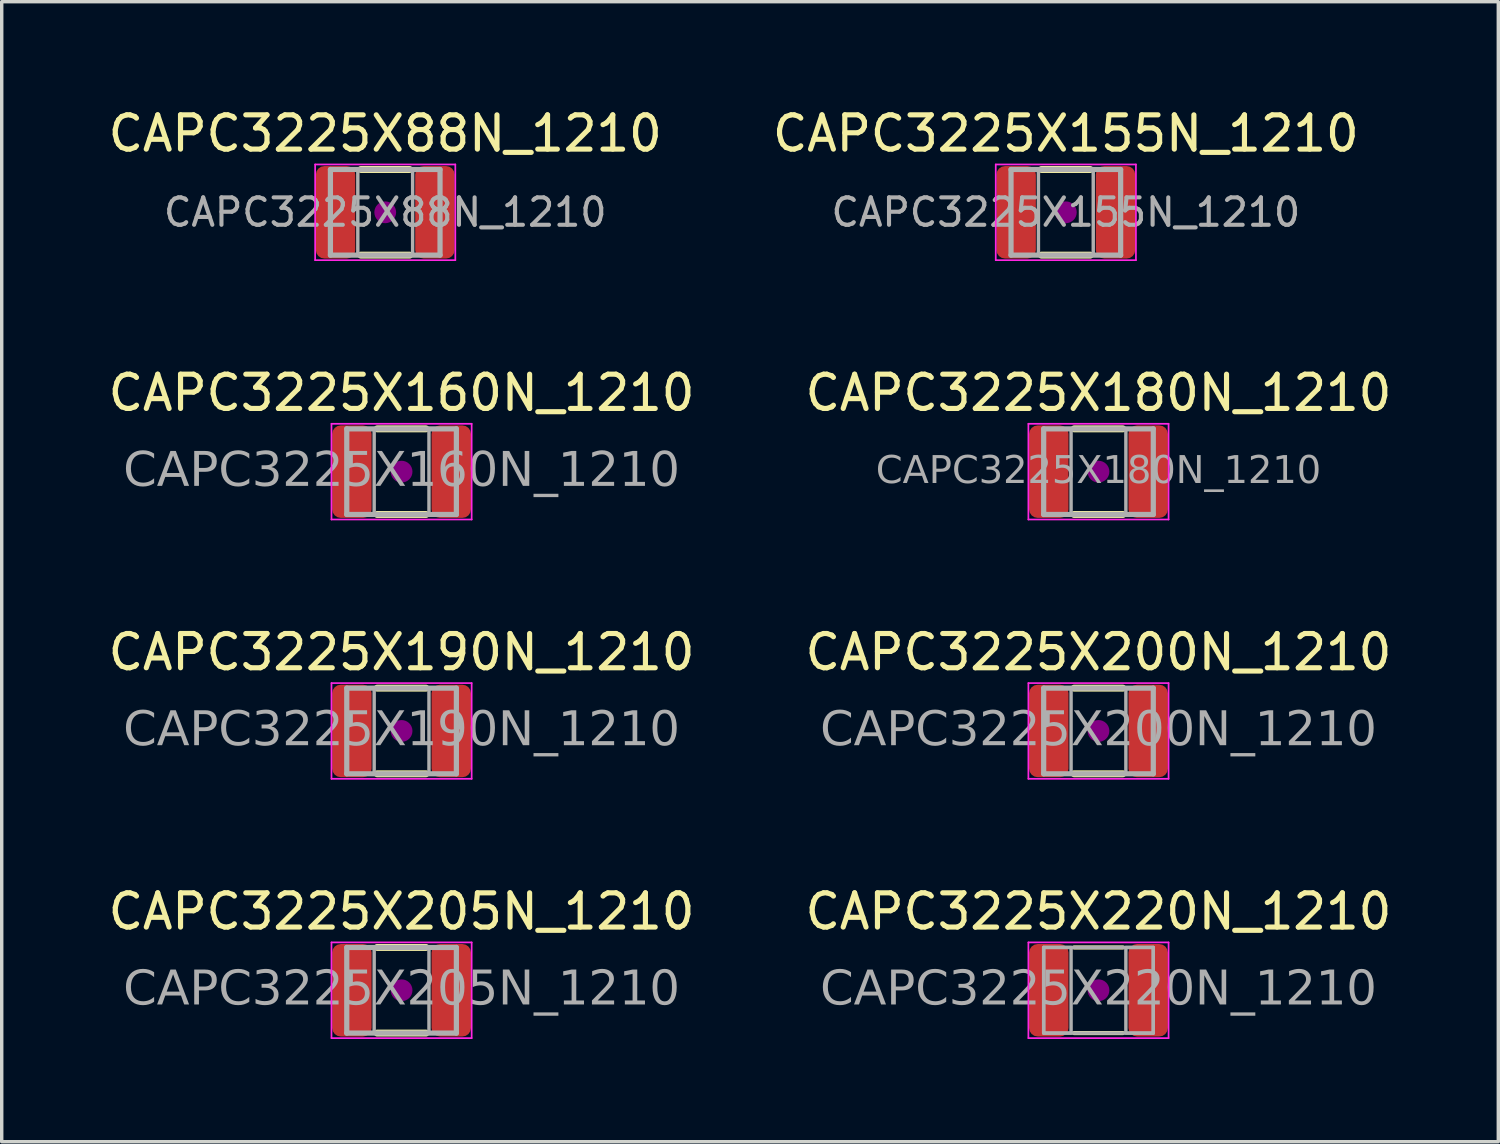
<source format=kicad_pcb>
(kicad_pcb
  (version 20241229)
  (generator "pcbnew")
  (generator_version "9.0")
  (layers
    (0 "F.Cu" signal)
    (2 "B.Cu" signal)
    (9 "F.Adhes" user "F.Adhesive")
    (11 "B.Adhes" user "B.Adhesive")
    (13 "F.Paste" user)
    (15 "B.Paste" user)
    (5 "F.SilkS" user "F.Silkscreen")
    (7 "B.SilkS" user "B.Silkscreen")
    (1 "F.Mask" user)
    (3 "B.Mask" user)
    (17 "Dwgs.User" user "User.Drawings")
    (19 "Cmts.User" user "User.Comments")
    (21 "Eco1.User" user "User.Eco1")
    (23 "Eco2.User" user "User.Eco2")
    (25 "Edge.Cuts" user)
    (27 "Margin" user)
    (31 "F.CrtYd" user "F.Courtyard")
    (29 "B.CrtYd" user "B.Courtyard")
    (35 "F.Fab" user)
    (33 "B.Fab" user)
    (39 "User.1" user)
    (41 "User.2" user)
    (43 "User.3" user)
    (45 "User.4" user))
  (footprint "CAPC3225X220N_1210"
    (layer "F.Cu")
    (at 29.018 25.859)
    (property "Reference" "CAPC3225X220N_1210" (at 0 -2.3 0) (layer "F.SilkS") (effects (font (size 1 1) (thickness 0.15))))
    (attr smd)
    (fp_line (start -0.711 -1.25) (end 0.711 -1.25) (stroke (width 0.12) (type solid)) (layer "F.SilkS"))
    (fp_line (start -0.711 1.25) (end 0.711 1.25) (stroke (width 0.12) (type solid)) (layer "F.SilkS"))
    (fp_circle (center 0 0) (end 0.318 0) (stroke (width 0) (type solid)) (fill yes) (layer "F.Adhes"))
    (fp_line (start -2.046 -1.397) (end 2.046 -1.397) (stroke (width 0.05) (type solid)) (layer "F.CrtYd"))
    (fp_line (start -2.046 1.397) (end -2.046 -1.397) (stroke (width 0.05) (type solid)) (layer "F.CrtYd"))
    (fp_line (start 2.046 -1.397) (end 2.046 1.397) (stroke (width 0.05) (type solid)) (layer "F.CrtYd"))
    (fp_line (start 2.046 1.397) (end -2.046 1.397) (stroke (width 0.05) (type solid)) (layer "F.CrtYd"))
    (fp_line (start -1.6 -1.25) (end 1.6 -1.25) (stroke (width 0.1) (type solid)) (layer "F.Fab"))
    (fp_line (start -1.6 1.25) (end -1.6 -1.25) (stroke (width 0.1) (type solid)) (layer "F.Fab"))
    (fp_line (start 1.6 -1.25) (end 1.6 1.25) (stroke (width 0.1) (type solid)) (layer "F.Fab"))
    (fp_line (start 1.6 1.25) (end -1.6 1.25) (stroke (width 0.1) (type solid)) (layer "F.Fab"))
    (fp_rect (start -1.6 -1.25) (end -0.8 1.25) (stroke (width 0.1) (type solid)) (fill no) (layer "F.Fab"))
    (fp_rect (start 0.8 -1.25) (end 1.6 1.25) (stroke (width 0.1) (type solid)) (fill no) (layer "F.Fab"))
    (fp_text user "${REFERENCE}" (at 0 0 0) (layer "F.Fab") (effects (font (face "Tahoma") (size 1 1) (thickness 0.15))))
    (pad "1" smd roundrect (at -1.45 0) (size 1.15 2.7) (layers "F.Cu" "F.Mask" "F.Paste") (roundrect_rratio 0.217))
    (pad "2" smd roundrect (at 1.45 0) (size 1.15 2.7) (layers "F.Cu" "F.Mask" "F.Paste") (roundrect_rratio 0.217)))
  (footprint "CAPC3225X88N_1210"
    (layer "F.Cu")
    (at 8.196 3.148)
    (property "Reference" "CAPC3225X88N_1210" (at 0 -2.3 0) (layer "F.SilkS") (effects (font (size 1 1) (thickness 0.15))))
    (attr smd)
    (fp_line (start -0.711 -1.25) (end 0.711 -1.25) (stroke (width 0.203) (type solid)) (layer "F.SilkS"))
    (fp_line (start -0.711 1.25) (end 0.711 1.25) (stroke (width 0.203) (type solid)) (layer "F.SilkS"))
    (fp_circle (center 0 0) (end 0.318 0) (stroke (width 0) (type solid)) (fill yes) (layer "F.Adhes"))
    (fp_line (start -2.046 -1.397) (end 2.046 -1.397) (stroke (width 0.05) (type solid)) (layer "F.CrtYd"))
    (fp_line (start -2.046 1.397) (end -2.046 -1.397) (stroke (width 0.05) (type solid)) (layer "F.CrtYd"))
    (fp_line (start 2.046 -1.397) (end 2.046 1.397) (stroke (width 0.05) (type solid)) (layer "F.CrtYd"))
    (fp_line (start 2.046 1.397) (end -2.046 1.397) (stroke (width 0.05) (type solid)) (layer "F.CrtYd"))
    (fp_line (start -1.6 -1.25) (end 1.6 -1.25) (stroke (width 0.152) (type solid)) (layer "F.Fab"))
    (fp_line (start -1.6 1.25) (end -1.6 -1.25) (stroke (width 0.152) (type solid)) (layer "F.Fab"))
    (fp_line (start 1.6 -1.25) (end 1.6 1.25) (stroke (width 0.152) (type solid)) (layer "F.Fab"))
    (fp_line (start 1.6 1.25) (end -1.6 1.25) (stroke (width 0.152) (type solid)) (layer "F.Fab"))
    (fp_rect (start -1.6 -1.25) (end -0.8 1.25) (stroke (width 0.1) (type solid)) (fill no) (layer "F.Fab"))
    (fp_rect (start 0.8 -1.25) (end 1.6 1.25) (stroke (width 0.1) (type solid)) (fill no) (layer "F.Fab"))
    (fp_text user "${REFERENCE}" (at 0 0 0) (layer "F.Fab") (effects (font (size 0.8 0.8) (thickness 0.12))))
    (pad "1" smd roundrect (at -1.45 0) (size 1.15 2.7) (layers "F.Cu" "F.Mask" "F.Paste") (roundrect_rratio 0.217))
    (pad "2" smd roundrect (at 1.45 0) (size 1.15 2.7) (layers "F.Cu" "F.Mask" "F.Paste") (roundrect_rratio 0.217)))
  (footprint "CAPC3225X200N_1210"
    (layer "F.Cu")
    (at 29.018 18.289)
    (property "Reference" "CAPC3225X200N_1210" (at 0 -2.3 0) (layer "F.SilkS") (effects (font (size 1 1) (thickness 0.15))))
    (attr smd)
    (fp_line (start -0.711 -1.25) (end 0.711 -1.25) (stroke (width 0.203) (type solid)) (layer "F.SilkS"))
    (fp_line (start -0.711 1.25) (end 0.711 1.25) (stroke (width 0.203) (type solid)) (layer "F.SilkS"))
    (fp_circle (center 0 0) (end 0.318 0) (stroke (width 0) (type solid)) (fill yes) (layer "F.Adhes"))
    (fp_line (start -2.046 -1.397) (end 2.046 -1.397) (stroke (width 0.05) (type solid)) (layer "F.CrtYd"))
    (fp_line (start -2.046 1.397) (end -2.046 -1.397) (stroke (width 0.05) (type solid)) (layer "F.CrtYd"))
    (fp_line (start 2.046 -1.397) (end 2.046 1.397) (stroke (width 0.05) (type solid)) (layer "F.CrtYd"))
    (fp_line (start 2.046 1.397) (end -2.046 1.397) (stroke (width 0.05) (type solid)) (layer "F.CrtYd"))
    (fp_line (start -1.6 -1.25) (end 1.6 -1.25) (stroke (width 0.152) (type solid)) (layer "F.Fab"))
    (fp_line (start -1.6 1.25) (end -1.6 -1.25) (stroke (width 0.152) (type solid)) (layer "F.Fab"))
    (fp_line (start 1.6 -1.25) (end 1.6 1.25) (stroke (width 0.152) (type solid)) (layer "F.Fab"))
    (fp_line (start 1.6 1.25) (end -1.6 1.25) (stroke (width 0.152) (type solid)) (layer "F.Fab"))
    (fp_rect (start -1.6 -1.25) (end -0.8 1.25) (stroke (width 0.1) (type solid)) (fill no) (layer "F.Fab"))
    (fp_rect (start 0.8 -1.25) (end 1.6 1.25) (stroke (width 0.1) (type solid)) (fill no) (layer "F.Fab"))
    (fp_text user "${REFERENCE}" (at 0 0 0) (layer "F.Fab") (effects (font (face "Tahoma") (size 1 1) (thickness 0.15))))
    (pad "1" smd roundrect (at -1.45 0) (size 1.15 2.7) (layers "F.Cu" "F.Mask" "F.Paste") (roundrect_rratio 0.217))
    (pad "2" smd roundrect (at 1.45 0) (size 1.15 2.7) (layers "F.Cu" "F.Mask" "F.Paste") (roundrect_rratio 0.217)))
  (footprint "CAPC3225X190N_1210"
    (layer "F.Cu")
    (at 8.673 18.289)
    (property "Reference" "CAPC3225X190N_1210" (at 0 -2.3 0) (layer "F.SilkS") (effects (font (size 1 1) (thickness 0.15))))
    (attr smd)
    (fp_line (start -0.711 -1.25) (end 0.711 -1.25) (stroke (width 0.203) (type solid)) (layer "F.SilkS"))
    (fp_line (start -0.711 1.25) (end 0.711 1.25) (stroke (width 0.203) (type solid)) (layer "F.SilkS"))
    (fp_circle (center 0 0) (end 0.318 0) (stroke (width 0) (type solid)) (fill yes) (layer "F.Adhes"))
    (fp_line (start -2.046 -1.397) (end 2.046 -1.397) (stroke (width 0.05) (type solid)) (layer "F.CrtYd"))
    (fp_line (start -2.046 1.397) (end -2.046 -1.397) (stroke (width 0.05) (type solid)) (layer "F.CrtYd"))
    (fp_line (start 2.046 -1.397) (end 2.046 1.397) (stroke (width 0.05) (type solid)) (layer "F.CrtYd"))
    (fp_line (start 2.046 1.397) (end -2.046 1.397) (stroke (width 0.05) (type solid)) (layer "F.CrtYd"))
    (fp_line (start -1.6 -1.25) (end 1.6 -1.25) (stroke (width 0.152) (type solid)) (layer "F.Fab"))
    (fp_line (start -1.6 1.25) (end -1.6 -1.25) (stroke (width 0.152) (type solid)) (layer "F.Fab"))
    (fp_line (start 1.6 -1.25) (end 1.6 1.25) (stroke (width 0.152) (type solid)) (layer "F.Fab"))
    (fp_line (start 1.6 1.25) (end -1.6 1.25) (stroke (width 0.152) (type solid)) (layer "F.Fab"))
    (fp_rect (start -1.6 -1.25) (end -0.8 1.25) (stroke (width 0.1) (type solid)) (fill no) (layer "F.Fab"))
    (fp_rect (start 0.8 -1.25) (end 1.6 1.25) (stroke (width 0.1) (type solid)) (fill no) (layer "F.Fab"))
    (fp_text user "${REFERENCE}" (at 0 0 0) (layer "F.Fab") (effects (font (face "Tahoma") (size 1 1) (thickness 0.15))))
    (pad "1" smd roundrect (at -1.45 0) (size 1.15 2.7) (layers "F.Cu" "F.Mask" "F.Paste") (roundrect_rratio 0.217))
    (pad "2" smd roundrect (at 1.45 0) (size 1.15 2.7) (layers "F.Cu" "F.Mask" "F.Paste") (roundrect_rratio 0.217)))
  (footprint "CAPC3225X155N_1210"
    (layer "F.Cu")
    (at 28.065 3.148)
    (property "Reference" "CAPC3225X155N_1210" (at 0 -2.3 0) (layer "F.SilkS") (effects (font (size 1 1) (thickness 0.15))))
    (attr smd)
    (fp_line (start -0.711 -1.25) (end 0.711 -1.25) (stroke (width 0.203) (type solid)) (layer "F.SilkS"))
    (fp_line (start -0.711 1.25) (end 0.711 1.25) (stroke (width 0.203) (type solid)) (layer "F.SilkS"))
    (fp_circle (center 0 0) (end 0.318 0) (stroke (width 0) (type solid)) (fill yes) (layer "F.Adhes"))
    (fp_line (start -2.046 -1.397) (end 2.046 -1.397) (stroke (width 0.05) (type solid)) (layer "F.CrtYd"))
    (fp_line (start -2.046 1.397) (end -2.046 -1.397) (stroke (width 0.05) (type solid)) (layer "F.CrtYd"))
    (fp_line (start 2.046 -1.397) (end 2.046 1.397) (stroke (width 0.05) (type solid)) (layer "F.CrtYd"))
    (fp_line (start 2.046 1.397) (end -2.046 1.397) (stroke (width 0.05) (type solid)) (layer "F.CrtYd"))
    (fp_line (start -1.6 -1.25) (end 1.6 -1.25) (stroke (width 0.152) (type solid)) (layer "F.Fab"))
    (fp_line (start -1.6 1.25) (end -1.6 -1.25) (stroke (width 0.152) (type solid)) (layer "F.Fab"))
    (fp_line (start 1.6 -1.25) (end 1.6 1.25) (stroke (width 0.152) (type solid)) (layer "F.Fab"))
    (fp_line (start 1.6 1.25) (end -1.6 1.25) (stroke (width 0.152) (type solid)) (layer "F.Fab"))
    (fp_rect (start -1.6 -1.25) (end -0.8 1.25) (stroke (width 0.1) (type solid)) (fill no) (layer "F.Fab"))
    (fp_rect (start 0.8 -1.25) (end 1.6 1.25) (stroke (width 0.1) (type solid)) (fill no) (layer "F.Fab"))
    (fp_text user "${REFERENCE}" (at 0 0 0) (layer "F.Fab") (effects (font (size 0.8 0.8) (thickness 0.12))))
    (pad "1" smd roundrect (at -1.45 0) (size 1.15 2.7) (layers "F.Cu" "F.Mask" "F.Paste") (roundrect_rratio 0.217))
    (pad "2" smd roundrect (at 1.45 0) (size 1.15 2.7) (layers "F.Cu" "F.Mask" "F.Paste") (roundrect_rratio 0.217)))
  (footprint "CAPC3225X180N_1210"
    (layer "F.Cu")
    (at 29.018 10.719)
    (property "Reference" "CAPC3225X180N_1210" (at 0 -2.3 0) (layer "F.SilkS") (effects (font (size 1 1) (thickness 0.15))))
    (attr smd)
    (fp_line (start -0.711 -1.25) (end 0.711 -1.25) (stroke (width 0.203) (type solid)) (layer "F.SilkS"))
    (fp_line (start -0.711 1.25) (end 0.711 1.25) (stroke (width 0.203) (type solid)) (layer "F.SilkS"))
    (fp_circle (center 0 0) (end 0.318 0) (stroke (width 0) (type solid)) (fill yes) (layer "F.Adhes"))
    (fp_line (start -2.046 -1.397) (end 2.046 -1.397) (stroke (width 0.05) (type solid)) (layer "F.CrtYd"))
    (fp_line (start -2.046 1.397) (end -2.046 -1.397) (stroke (width 0.05) (type solid)) (layer "F.CrtYd"))
    (fp_line (start 2.046 -1.397) (end 2.046 1.397) (stroke (width 0.05) (type solid)) (layer "F.CrtYd"))
    (fp_line (start 2.046 1.397) (end -2.046 1.397) (stroke (width 0.05) (type solid)) (layer "F.CrtYd"))
    (fp_line (start -1.6 -1.25) (end 1.6 -1.25) (stroke (width 0.152) (type solid)) (layer "F.Fab"))
    (fp_line (start -1.6 1.25) (end -1.6 -1.25) (stroke (width 0.152) (type solid)) (layer "F.Fab"))
    (fp_line (start 1.6 -1.25) (end 1.6 1.25) (stroke (width 0.152) (type solid)) (layer "F.Fab"))
    (fp_line (start 1.6 1.25) (end -1.6 1.25) (stroke (width 0.152) (type solid)) (layer "F.Fab"))
    (fp_rect (start -1.6 -1.25) (end -0.8 1.25) (stroke (width 0.1) (type solid)) (fill no) (layer "F.Fab"))
    (fp_rect (start 0.8 -1.25) (end 1.6 1.25) (stroke (width 0.1) (type solid)) (fill no) (layer "F.Fab"))
    (fp_text user "${REFERENCE}" (at 0 0 0) (layer "F.Fab") (effects (font (face "Tahoma") (size 0.8 0.8) (thickness 0.12))))
    (pad "1" smd roundrect (at -1.45 0) (size 1.15 2.7) (layers "F.Cu" "F.Mask" "F.Paste") (roundrect_rratio 0.217))
    (pad "2" smd roundrect (at 1.45 0) (size 1.15 2.7) (layers "F.Cu" "F.Mask" "F.Paste") (roundrect_rratio 0.217)))
  (footprint "CAPC3225X160N_1210"
    (layer "F.Cu")
    (at 8.673 10.719)
    (property "Reference" "CAPC3225X160N_1210" (at 0 -2.3 0) (layer "F.SilkS") (effects (font (size 1 1) (thickness 0.15))))
    (attr smd)
    (fp_line (start -0.711 -1.25) (end 0.711 -1.25) (stroke (width 0.203) (type solid)) (layer "F.SilkS"))
    (fp_line (start -0.711 1.25) (end 0.711 1.25) (stroke (width 0.203) (type solid)) (layer "F.SilkS"))
    (fp_circle (center 0 0) (end 0.318 0) (stroke (width 0) (type solid)) (fill yes) (layer "F.Adhes"))
    (fp_line (start -2.046 -1.397) (end 2.046 -1.397) (stroke (width 0.05) (type solid)) (layer "F.CrtYd"))
    (fp_line (start -2.046 1.397) (end -2.046 -1.397) (stroke (width 0.05) (type solid)) (layer "F.CrtYd"))
    (fp_line (start 2.046 -1.397) (end 2.046 1.397) (stroke (width 0.05) (type solid)) (layer "F.CrtYd"))
    (fp_line (start 2.046 1.397) (end -2.046 1.397) (stroke (width 0.05) (type solid)) (layer "F.CrtYd"))
    (fp_line (start -1.6 -1.25) (end 1.6 -1.25) (stroke (width 0.152) (type solid)) (layer "F.Fab"))
    (fp_line (start -1.6 1.25) (end -1.6 -1.25) (stroke (width 0.152) (type solid)) (layer "F.Fab"))
    (fp_line (start 1.6 -1.25) (end 1.6 1.25) (stroke (width 0.152) (type solid)) (layer "F.Fab"))
    (fp_line (start 1.6 1.25) (end -1.6 1.25) (stroke (width 0.152) (type solid)) (layer "F.Fab"))
    (fp_rect (start -1.6 -1.25) (end -0.8 1.25) (stroke (width 0.1) (type solid)) (fill no) (layer "F.Fab"))
    (fp_rect (start 0.8 -1.25) (end 1.6 1.25) (stroke (width 0.1) (type solid)) (fill no) (layer "F.Fab"))
    (fp_text user "${REFERENCE}" (at 0 0 0) (layer "F.Fab") (effects (font (face "Tahoma") (size 1 1) (thickness 0.15))))
    (pad "1" smd roundrect (at -1.45 0) (size 1.15 2.7) (layers "F.Cu" "F.Mask" "F.Paste") (roundrect_rratio 0.217))
    (pad "2" smd roundrect (at 1.45 0) (size 1.15 2.7) (layers "F.Cu" "F.Mask" "F.Paste") (roundrect_rratio 0.217)))
  (footprint "CAPC3225X205N_1210"
    (layer "F.Cu")
    (at 8.673 25.859)
    (property "Reference" "CAPC3225X205N_1210" (at 0 -2.3 0) (layer "F.SilkS") (effects (font (size 1 1) (thickness 0.15))))
    (attr smd)
    (fp_line (start -0.711 -1.25) (end 0.711 -1.25) (stroke (width 0.203) (type solid)) (layer "F.SilkS"))
    (fp_line (start -0.711 1.25) (end 0.711 1.25) (stroke (width 0.203) (type solid)) (layer "F.SilkS"))
    (fp_circle (center 0 0) (end 0.318 0) (stroke (width 0) (type solid)) (fill yes) (layer "F.Adhes"))
    (fp_line (start -2.046 -1.397) (end 2.046 -1.397) (stroke (width 0.05) (type solid)) (layer "F.CrtYd"))
    (fp_line (start -2.046 1.397) (end -2.046 -1.397) (stroke (width 0.05) (type solid)) (layer "F.CrtYd"))
    (fp_line (start 2.046 -1.397) (end 2.046 1.397) (stroke (width 0.05) (type solid)) (layer "F.CrtYd"))
    (fp_line (start 2.046 1.397) (end -2.046 1.397) (stroke (width 0.05) (type solid)) (layer "F.CrtYd"))
    (fp_line (start -1.6 -1.25) (end 1.6 -1.25) (stroke (width 0.152) (type solid)) (layer "F.Fab"))
    (fp_line (start -1.6 1.25) (end -1.6 -1.25) (stroke (width 0.152) (type solid)) (layer "F.Fab"))
    (fp_line (start 1.6 -1.25) (end 1.6 1.25) (stroke (width 0.152) (type solid)) (layer "F.Fab"))
    (fp_line (start 1.6 1.25) (end -1.6 1.25) (stroke (width 0.152) (type solid)) (layer "F.Fab"))
    (fp_rect (start -1.6 -1.25) (end -0.8 1.25) (stroke (width 0.1) (type solid)) (fill no) (layer "F.Fab"))
    (fp_rect (start 0.8 -1.25) (end 1.6 1.25) (stroke (width 0.1) (type solid)) (fill no) (layer "F.Fab"))
    (fp_text user "${REFERENCE}" (at 0 0 0) (layer "F.Fab") (effects (font (face "Tahoma") (size 1 1) (thickness 0.15))))
    (pad "1" smd roundrect (at -1.45 0) (size 1.15 2.7) (layers "F.Cu" "F.Mask" "F.Paste") (roundrect_rratio 0.217))
    (pad "2" smd roundrect (at 1.45 0) (size 1.15 2.7) (layers "F.Cu" "F.Mask" "F.Paste") (roundrect_rratio 0.217)))
  (gr_rect
    (start -3 -3)
    (end 40.69 30.281)
    (stroke (width 0.1) (type default))
    (fill no)
    (layer "Edge.Cuts")))
</source>
